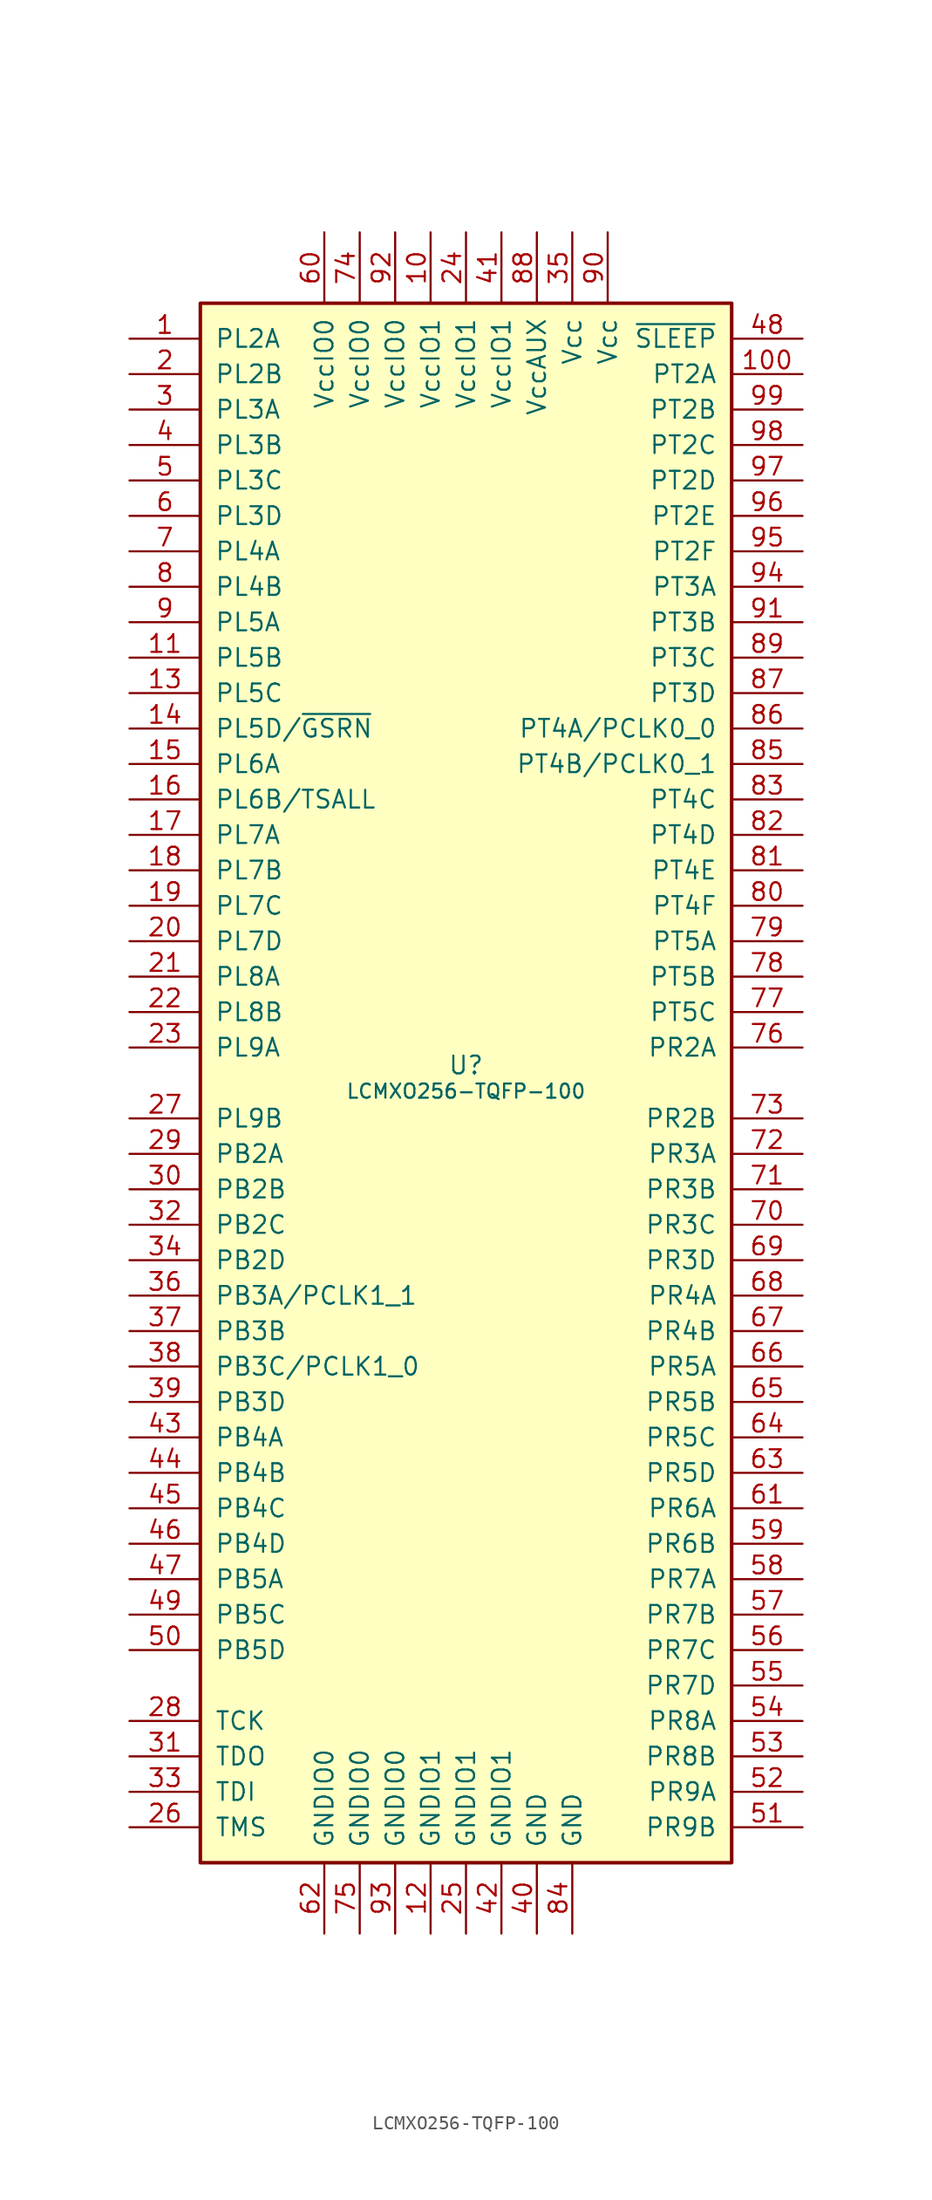
<source format=kicad_sym>
(kicad_symbol_lib
  (version 20220914)
  (generator kicad_symbol_editor)
  (symbol "LCMXO256-TQFP-100"
    (pin_names
      (offset 1.016))
    (property "Reference" "U"
      (at 0 1.27 0)
      (effects (font (size 1.27 1.27))))
    (property "Value" "LCMXO256-TQFP-100"
      (at 0 0 0)
      (effects (font (size 1.016 1.016)) (justify top)))
    (symbol "LCMXO256-TQFP-100_0_1"
      (rectangle (start -19.05 55.88) (end 19.05 -55.88) (stroke (width 0.254) (type default)) (fill (type background))))
    (symbol "LCMXO256-TQFP-100_1_1"
      (pin bidirectional line (at -24.13 53.34 0) (length 5.08) (name "PL2A" (effects (font (size 1.27 1.27)))) (number "1" (effects (font (size 1.27 1.27)))))
      (pin power_in line (at -2.54 60.96 270) (length 5.08) (name "VccIO1" (effects (font (size 1.27 1.27)))) (number "10" (effects (font (size 1.27 1.27)))))
      (pin bidirectional line (at 24.13 50.8 180) (length 5.08) (name "PT2A" (effects (font (size 1.27 1.27)))) (number "100" (effects (font (size 1.27 1.27)))))
      (pin bidirectional line (at -24.13 30.48 0) (length 5.08) (name "PL5B" (effects (font (size 1.27 1.27)))) (number "11" (effects (font (size 1.27 1.27)))))
      (pin power_in line (at -2.54 -60.96 90) (length 5.08) (name "GNDIO1" (effects (font (size 1.27 1.27)))) (number "12" (effects (font (size 1.27 1.27)))))
      (pin bidirectional line (at -24.13 27.94 0) (length 5.08) (name "PL5C" (effects (font (size 1.27 1.27)))) (number "13" (effects (font (size 1.27 1.27)))))
      (pin bidirectional line (at -24.13 25.4 0) (length 5.08) (name "PL5D/~{GSRN}" (effects (font (size 1.27 1.27)))) (number "14" (effects (font (size 1.27 1.27)))))
      (pin bidirectional line (at -24.13 22.86 0) (length 5.08) (name "PL6A" (effects (font (size 1.27 1.27)))) (number "15" (effects (font (size 1.27 1.27)))))
      (pin bidirectional line (at -24.13 20.32 0) (length 5.08) (name "PL6B/TSALL" (effects (font (size 1.27 1.27)))) (number "16" (effects (font (size 1.27 1.27)))))
      (pin bidirectional line (at -24.13 17.78 0) (length 5.08) (name "PL7A" (effects (font (size 1.27 1.27)))) (number "17" (effects (font (size 1.27 1.27)))))
      (pin bidirectional line (at -24.13 15.24 0) (length 5.08) (name "PL7B" (effects (font (size 1.27 1.27)))) (number "18" (effects (font (size 1.27 1.27)))))
      (pin bidirectional line (at -24.13 12.7 0) (length 5.08) (name "PL7C" (effects (font (size 1.27 1.27)))) (number "19" (effects (font (size 1.27 1.27)))))
      (pin bidirectional line (at -24.13 50.8 0) (length 5.08) (name "PL2B" (effects (font (size 1.27 1.27)))) (number "2" (effects (font (size 1.27 1.27)))))
      (pin bidirectional line (at -24.13 10.16 0) (length 5.08) (name "PL7D" (effects (font (size 1.27 1.27)))) (number "20" (effects (font (size 1.27 1.27)))))
      (pin bidirectional line (at -24.13 7.62 0) (length 5.08) (name "PL8A" (effects (font (size 1.27 1.27)))) (number "21" (effects (font (size 1.27 1.27)))))
      (pin bidirectional line (at -24.13 5.08 0) (length 5.08) (name "PL8B" (effects (font (size 1.27 1.27)))) (number "22" (effects (font (size 1.27 1.27)))))
      (pin bidirectional line (at -24.13 2.54 0) (length 5.08) (name "PL9A" (effects (font (size 1.27 1.27)))) (number "23" (effects (font (size 1.27 1.27)))))
      (pin power_in line (at 0 60.96 270) (length 5.08) (name "VccIO1" (effects (font (size 1.27 1.27)))) (number "24" (effects (font (size 1.27 1.27)))))
      (pin power_in line (at 0 -60.96 90) (length 5.08) (name "GNDIO1" (effects (font (size 1.27 1.27)))) (number "25" (effects (font (size 1.27 1.27)))))
      (pin input line (at -24.13 -53.34 0) (length 5.08) (name "TMS" (effects (font (size 1.27 1.27)))) (number "26" (effects (font (size 1.27 1.27)))))
      (pin bidirectional line (at -24.13 -2.54 0) (length 5.08) (name "PL9B" (effects (font (size 1.27 1.27)))) (number "27" (effects (font (size 1.27 1.27)))))
      (pin input line (at -24.13 -45.72 0) (length 5.08) (name "TCK" (effects (font (size 1.27 1.27)))) (number "28" (effects (font (size 1.27 1.27)))))
      (pin bidirectional line (at -24.13 -5.08 0) (length 5.08) (name "PB2A" (effects (font (size 1.27 1.27)))) (number "29" (effects (font (size 1.27 1.27)))))
      (pin bidirectional line (at -24.13 48.26 0) (length 5.08) (name "PL3A" (effects (font (size 1.27 1.27)))) (number "3" (effects (font (size 1.27 1.27)))))
      (pin bidirectional line (at -24.13 -7.62 0) (length 5.08) (name "PB2B" (effects (font (size 1.27 1.27)))) (number "30" (effects (font (size 1.27 1.27)))))
      (pin output line (at -24.13 -48.26 0) (length 5.08) (name "TDO" (effects (font (size 1.27 1.27)))) (number "31" (effects (font (size 1.27 1.27)))))
      (pin bidirectional line (at -24.13 -10.16 0) (length 5.08) (name "PB2C" (effects (font (size 1.27 1.27)))) (number "32" (effects (font (size 1.27 1.27)))))
      (pin input line (at -24.13 -50.8 0) (length 5.08) (name "TDI" (effects (font (size 1.27 1.27)))) (number "33" (effects (font (size 1.27 1.27)))))
      (pin bidirectional line (at -24.13 -12.7 0) (length 5.08) (name "PB2D" (effects (font (size 1.27 1.27)))) (number "34" (effects (font (size 1.27 1.27)))))
      (pin power_in line (at 7.62 60.96 270) (length 5.08) (name "Vcc" (effects (font (size 1.27 1.27)))) (number "35" (effects (font (size 1.27 1.27)))))
      (pin bidirectional line (at -24.13 -15.24 0) (length 5.08) (name "PB3A/PCLK1_1" (effects (font (size 1.27 1.27)))) (number "36" (effects (font (size 1.27 1.27)))))
      (pin bidirectional line (at -24.13 -17.78 0) (length 5.08) (name "PB3B" (effects (font (size 1.27 1.27)))) (number "37" (effects (font (size 1.27 1.27)))))
      (pin bidirectional line (at -24.13 -20.32 0) (length 5.08) (name "PB3C/PCLK1_0" (effects (font (size 1.27 1.27)))) (number "38" (effects (font (size 1.27 1.27)))))
      (pin bidirectional line (at -24.13 -22.86 0) (length 5.08) (name "PB3D" (effects (font (size 1.27 1.27)))) (number "39" (effects (font (size 1.27 1.27)))))
      (pin bidirectional line (at -24.13 45.72 0) (length 5.08) (name "PL3B" (effects (font (size 1.27 1.27)))) (number "4" (effects (font (size 1.27 1.27)))))
      (pin power_in line (at 5.08 -60.96 90) (length 5.08) (name "GND" (effects (font (size 1.27 1.27)))) (number "40" (effects (font (size 1.27 1.27)))))
      (pin power_in line (at 2.54 60.96 270) (length 5.08) (name "VccIO1" (effects (font (size 1.27 1.27)))) (number "41" (effects (font (size 1.27 1.27)))))
      (pin power_in line (at 2.54 -60.96 90) (length 5.08) (name "GNDIO1" (effects (font (size 1.27 1.27)))) (number "42" (effects (font (size 1.27 1.27)))))
      (pin bidirectional line (at -24.13 -25.4 0) (length 5.08) (name "PB4A" (effects (font (size 1.27 1.27)))) (number "43" (effects (font (size 1.27 1.27)))))
      (pin bidirectional line (at -24.13 -27.94 0) (length 5.08) (name "PB4B" (effects (font (size 1.27 1.27)))) (number "44" (effects (font (size 1.27 1.27)))))
      (pin bidirectional line (at -24.13 -30.48 0) (length 5.08) (name "PB4C" (effects (font (size 1.27 1.27)))) (number "45" (effects (font (size 1.27 1.27)))))
      (pin bidirectional line (at -24.13 -33.02 0) (length 5.08) (name "PB4D" (effects (font (size 1.27 1.27)))) (number "46" (effects (font (size 1.27 1.27)))))
      (pin bidirectional line (at -24.13 -35.56 0) (length 5.08) (name "PB5A" (effects (font (size 1.27 1.27)))) (number "47" (effects (font (size 1.27 1.27)))))
      (pin input line (at 24.13 53.34 180) (length 5.08) (name "~{SLEEP}" (effects (font (size 1.27 1.27)))) (number "48" (effects (font (size 1.27 1.27)))))
      (pin bidirectional line (at -24.13 -38.1 0) (length 5.08) (name "PB5C" (effects (font (size 1.27 1.27)))) (number "49" (effects (font (size 1.27 1.27)))))
      (pin bidirectional line (at -24.13 43.18 0) (length 5.08) (name "PL3C" (effects (font (size 1.27 1.27)))) (number "5" (effects (font (size 1.27 1.27)))))
      (pin bidirectional line (at -24.13 -40.64 0) (length 5.08) (name "PB5D" (effects (font (size 1.27 1.27)))) (number "50" (effects (font (size 1.27 1.27)))))
      (pin bidirectional line (at 24.13 -53.34 180) (length 5.08) (name "PR9B" (effects (font (size 1.27 1.27)))) (number "51" (effects (font (size 1.27 1.27)))))
      (pin bidirectional line (at 24.13 -50.8 180) (length 5.08) (name "PR9A" (effects (font (size 1.27 1.27)))) (number "52" (effects (font (size 1.27 1.27)))))
      (pin bidirectional line (at 24.13 -48.26 180) (length 5.08) (name "PR8B" (effects (font (size 1.27 1.27)))) (number "53" (effects (font (size 1.27 1.27)))))
      (pin bidirectional line (at 24.13 -45.72 180) (length 5.08) (name "PR8A" (effects (font (size 1.27 1.27)))) (number "54" (effects (font (size 1.27 1.27)))))
      (pin bidirectional line (at 24.13 -43.18 180) (length 5.08) (name "PR7D" (effects (font (size 1.27 1.27)))) (number "55" (effects (font (size 1.27 1.27)))))
      (pin bidirectional line (at 24.13 -40.64 180) (length 5.08) (name "PR7C" (effects (font (size 1.27 1.27)))) (number "56" (effects (font (size 1.27 1.27)))))
      (pin bidirectional line (at 24.13 -38.1 180) (length 5.08) (name "PR7B" (effects (font (size 1.27 1.27)))) (number "57" (effects (font (size 1.27 1.27)))))
      (pin bidirectional line (at 24.13 -35.56 180) (length 5.08) (name "PR7A" (effects (font (size 1.27 1.27)))) (number "58" (effects (font (size 1.27 1.27)))))
      (pin bidirectional line (at 24.13 -33.02 180) (length 5.08) (name "PR6B" (effects (font (size 1.27 1.27)))) (number "59" (effects (font (size 1.27 1.27)))))
      (pin bidirectional line (at -24.13 40.64 0) (length 5.08) (name "PL3D" (effects (font (size 1.27 1.27)))) (number "6" (effects (font (size 1.27 1.27)))))
      (pin power_in line (at -10.16 60.96 270) (length 5.08) (name "VccIO0" (effects (font (size 1.27 1.27)))) (number "60" (effects (font (size 1.27 1.27)))))
      (pin bidirectional line (at 24.13 -30.48 180) (length 5.08) (name "PR6A" (effects (font (size 1.27 1.27)))) (number "61" (effects (font (size 1.27 1.27)))))
      (pin power_in line (at -10.16 -60.96 90) (length 5.08) (name "GNDIO0" (effects (font (size 1.27 1.27)))) (number "62" (effects (font (size 1.27 1.27)))))
      (pin bidirectional line (at 24.13 -27.94 180) (length 5.08) (name "PR5D" (effects (font (size 1.27 1.27)))) (number "63" (effects (font (size 1.27 1.27)))))
      (pin bidirectional line (at 24.13 -25.4 180) (length 5.08) (name "PR5C" (effects (font (size 1.27 1.27)))) (number "64" (effects (font (size 1.27 1.27)))))
      (pin bidirectional line (at 24.13 -22.86 180) (length 5.08) (name "PR5B" (effects (font (size 1.27 1.27)))) (number "65" (effects (font (size 1.27 1.27)))))
      (pin bidirectional line (at 24.13 -20.32 180) (length 5.08) (name "PR5A" (effects (font (size 1.27 1.27)))) (number "66" (effects (font (size 1.27 1.27)))))
      (pin bidirectional line (at 24.13 -17.78 180) (length 5.08) (name "PR4B" (effects (font (size 1.27 1.27)))) (number "67" (effects (font (size 1.27 1.27)))))
      (pin bidirectional line (at 24.13 -15.24 180) (length 5.08) (name "PR4A" (effects (font (size 1.27 1.27)))) (number "68" (effects (font (size 1.27 1.27)))))
      (pin bidirectional line (at 24.13 -12.7 180) (length 5.08) (name "PR3D" (effects (font (size 1.27 1.27)))) (number "69" (effects (font (size 1.27 1.27)))))
      (pin bidirectional line (at -24.13 38.1 0) (length 5.08) (name "PL4A" (effects (font (size 1.27 1.27)))) (number "7" (effects (font (size 1.27 1.27)))))
      (pin bidirectional line (at 24.13 -10.16 180) (length 5.08) (name "PR3C" (effects (font (size 1.27 1.27)))) (number "70" (effects (font (size 1.27 1.27)))))
      (pin bidirectional line (at 24.13 -7.62 180) (length 5.08) (name "PR3B" (effects (font (size 1.27 1.27)))) (number "71" (effects (font (size 1.27 1.27)))))
      (pin bidirectional line (at 24.13 -5.08 180) (length 5.08) (name "PR3A" (effects (font (size 1.27 1.27)))) (number "72" (effects (font (size 1.27 1.27)))))
      (pin bidirectional line (at 24.13 -2.54 180) (length 5.08) (name "PR2B" (effects (font (size 1.27 1.27)))) (number "73" (effects (font (size 1.27 1.27)))))
      (pin power_in line (at -7.62 60.96 270) (length 5.08) (name "VccIO0" (effects (font (size 1.27 1.27)))) (number "74" (effects (font (size 1.27 1.27)))))
      (pin power_in line (at -7.62 -60.96 90) (length 5.08) (name "GNDIO0" (effects (font (size 1.27 1.27)))) (number "75" (effects (font (size 1.27 1.27)))))
      (pin bidirectional line (at 24.13 2.54 180) (length 5.08) (name "PR2A" (effects (font (size 1.27 1.27)))) (number "76" (effects (font (size 1.27 1.27)))))
      (pin bidirectional line (at 24.13 5.08 180) (length 5.08) (name "PT5C" (effects (font (size 1.27 1.27)))) (number "77" (effects (font (size 1.27 1.27)))))
      (pin bidirectional line (at 24.13 7.62 180) (length 5.08) (name "PT5B" (effects (font (size 1.27 1.27)))) (number "78" (effects (font (size 1.27 1.27)))))
      (pin bidirectional line (at 24.13 10.16 180) (length 5.08) (name "PT5A" (effects (font (size 1.27 1.27)))) (number "79" (effects (font (size 1.27 1.27)))))
      (pin bidirectional line (at -24.13 35.56 0) (length 5.08) (name "PL4B" (effects (font (size 1.27 1.27)))) (number "8" (effects (font (size 1.27 1.27)))))
      (pin bidirectional line (at 24.13 12.7 180) (length 5.08) (name "PT4F" (effects (font (size 1.27 1.27)))) (number "80" (effects (font (size 1.27 1.27)))))
      (pin bidirectional line (at 24.13 15.24 180) (length 5.08) (name "PT4E" (effects (font (size 1.27 1.27)))) (number "81" (effects (font (size 1.27 1.27)))))
      (pin bidirectional line (at 24.13 17.78 180) (length 5.08) (name "PT4D" (effects (font (size 1.27 1.27)))) (number "82" (effects (font (size 1.27 1.27)))))
      (pin bidirectional line (at 24.13 20.32 180) (length 5.08) (name "PT4C" (effects (font (size 1.27 1.27)))) (number "83" (effects (font (size 1.27 1.27)))))
      (pin power_in line (at 7.62 -60.96 90) (length 5.08) (name "GND" (effects (font (size 1.27 1.27)))) (number "84" (effects (font (size 1.27 1.27)))))
      (pin bidirectional line (at 24.13 22.86 180) (length 5.08) (name "PT4B/PCLK0_1" (effects (font (size 1.27 1.27)))) (number "85" (effects (font (size 1.27 1.27)))))
      (pin bidirectional line (at 24.13 25.4 180) (length 5.08) (name "PT4A/PCLK0_0" (effects (font (size 1.27 1.27)))) (number "86" (effects (font (size 1.27 1.27)))))
      (pin bidirectional line (at 24.13 27.94 180) (length 5.08) (name "PT3D" (effects (font (size 1.27 1.27)))) (number "87" (effects (font (size 1.27 1.27)))))
      (pin power_in line (at 5.08 60.96 270) (length 5.08) (name "VccAUX" (effects (font (size 1.27 1.27)))) (number "88" (effects (font (size 1.27 1.27)))))
      (pin bidirectional line (at 24.13 30.48 180) (length 5.08) (name "PT3C" (effects (font (size 1.27 1.27)))) (number "89" (effects (font (size 1.27 1.27)))))
      (pin bidirectional line (at -24.13 33.02 0) (length 5.08) (name "PL5A" (effects (font (size 1.27 1.27)))) (number "9" (effects (font (size 1.27 1.27)))))
      (pin power_in line (at 10.16 60.96 270) (length 5.08) (name "Vcc" (effects (font (size 1.27 1.27)))) (number "90" (effects (font (size 1.27 1.27)))))
      (pin bidirectional line (at 24.13 33.02 180) (length 5.08) (name "PT3B" (effects (font (size 1.27 1.27)))) (number "91" (effects (font (size 1.27 1.27)))))
      (pin power_in line (at -5.08 60.96 270) (length 5.08) (name "VccIO0" (effects (font (size 1.27 1.27)))) (number "92" (effects (font (size 1.27 1.27)))))
      (pin power_in line (at -5.08 -60.96 90) (length 5.08) (name "GNDIO0" (effects (font (size 1.27 1.27)))) (number "93" (effects (font (size 1.27 1.27)))))
      (pin bidirectional line (at 24.13 35.56 180) (length 5.08) (name "PT3A" (effects (font (size 1.27 1.27)))) (number "94" (effects (font (size 1.27 1.27)))))
      (pin bidirectional line (at 24.13 38.1 180) (length 5.08) (name "PT2F" (effects (font (size 1.27 1.27)))) (number "95" (effects (font (size 1.27 1.27)))))
      (pin bidirectional line (at 24.13 40.64 180) (length 5.08) (name "PT2E" (effects (font (size 1.27 1.27)))) (number "96" (effects (font (size 1.27 1.27)))))
      (pin bidirectional line (at 24.13 43.18 180) (length 5.08) (name "PT2D" (effects (font (size 1.27 1.27)))) (number "97" (effects (font (size 1.27 1.27)))))
      (pin bidirectional line (at 24.13 45.72 180) (length 5.08) (name "PT2C" (effects (font (size 1.27 1.27)))) (number "98" (effects (font (size 1.27 1.27)))))
      (pin bidirectional line (at 24.13 48.26 180) (length 5.08) (name "PT2B" (effects (font (size 1.27 1.27)))) (number "99" (effects (font (size 1.27 1.27))))))))
</source>
